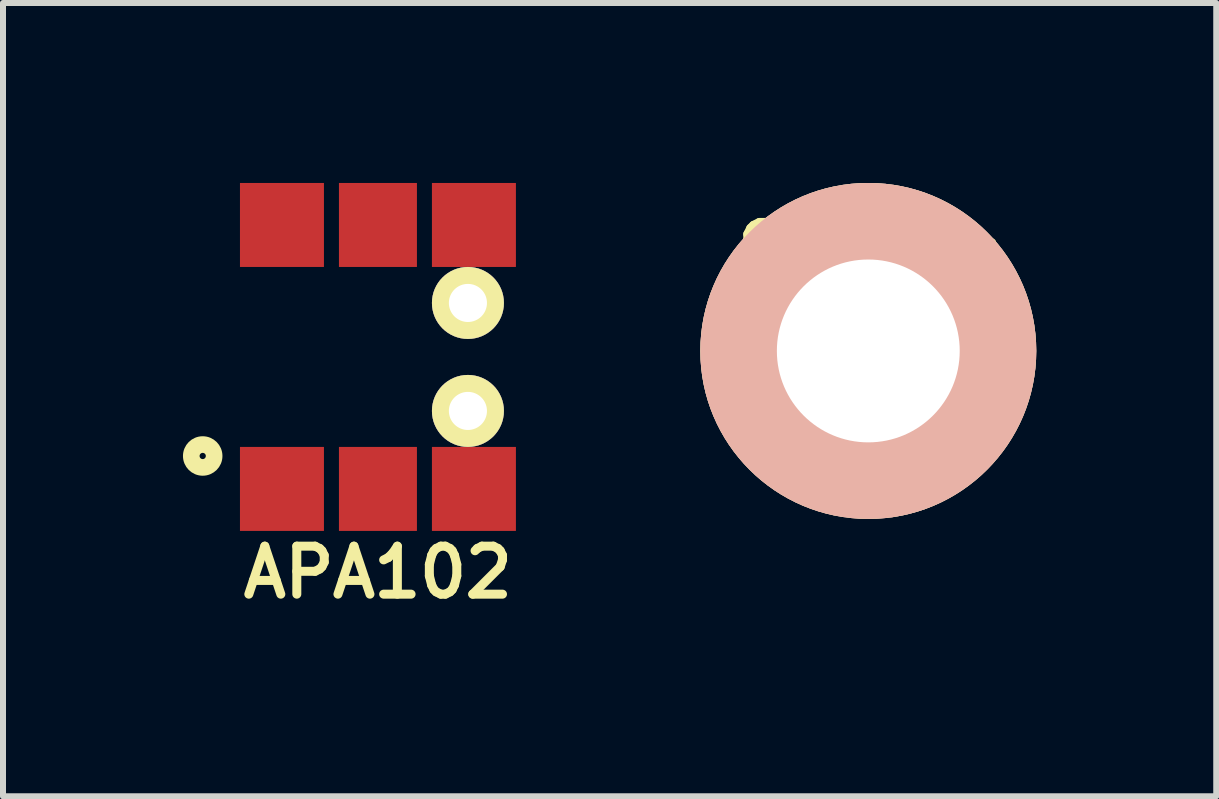
<source format=kicad_pcb>
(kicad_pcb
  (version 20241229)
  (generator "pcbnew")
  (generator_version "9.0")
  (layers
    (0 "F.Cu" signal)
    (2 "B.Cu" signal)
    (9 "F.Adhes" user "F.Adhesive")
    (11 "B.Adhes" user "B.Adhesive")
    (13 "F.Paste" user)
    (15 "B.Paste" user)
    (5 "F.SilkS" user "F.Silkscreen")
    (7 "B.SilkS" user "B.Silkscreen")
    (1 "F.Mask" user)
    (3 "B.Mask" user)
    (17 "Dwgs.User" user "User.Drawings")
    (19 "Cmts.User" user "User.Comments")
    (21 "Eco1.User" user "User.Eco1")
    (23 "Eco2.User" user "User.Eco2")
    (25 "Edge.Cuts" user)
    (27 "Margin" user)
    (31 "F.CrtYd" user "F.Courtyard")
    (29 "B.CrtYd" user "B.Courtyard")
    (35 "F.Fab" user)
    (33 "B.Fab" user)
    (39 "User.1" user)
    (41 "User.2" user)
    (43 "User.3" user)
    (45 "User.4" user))
  (footprint "APA102"
    (layer "F.Cu")
    (at 3.25 2.9)
    (property "Reference" "APA102" (at 0 3.592 180) (layer "F.SilkS") (effects (font (size 0.8 0.8) (thickness 0.15))))
    (attr smd)
    (fp_circle (center -2.921 1.651) (end -2.794 1.651) (stroke (width 0.15) (type solid)) (fill no) (layer "F.SilkS"))
    (fp_circle (center -2.921 1.651) (end -2.667 1.651) (stroke (width 0.15) (type solid)) (fill no) (layer "F.SilkS"))
    (pad "1" smd rect (at -1.6 2.2 90) (size 1.4 1.4) (layers "F.Cu" "F.Mask" "F.Paste"))
    (pad "2" smd rect (at 0 2.2 90) (size 1.4 1.3) (layers "F.Cu" "F.Mask" "F.Paste"))
    (pad "3" thru_hole circle (at 1.5 0.9) (size 1.2 1.2) (drill 0.635) (layers "*.Cu" "*.Mask" "F.SilkS"))
    (pad "3" smd rect (at 1.6 2.2 90) (size 1.4 1.4) (layers "F.Cu" "F.Mask" "F.Paste"))
    (pad "4" thru_hole circle (at 1.5 -0.9) (size 1.2 1.2) (drill 0.635) (layers "*.Cu" "*.Mask" "F.SilkS"))
    (pad "4" smd rect (at 1.6 -2.2 90) (size 1.4 1.4) (layers "F.Cu" "F.Mask" "F.Paste"))
    (pad "5" smd rect (at 0 -2.2 90) (size 1.4 1.3) (layers "F.Cu" "F.Mask" "F.Paste"))
    (pad "6" smd rect (at -1.6 -2.2 90) (size 1.4 1.4) (layers "F.Cu" "F.Mask" "F.Paste")))
  (footprint "Screw"
    (layer "F.Cu")
    (at 11.424 2.8)
    (property "Reference" "Screw" (at 0 -1.587 0) (layer "F.SilkS") (effects (font (size 1.016 1.016) (thickness 0.152))))
    (attr through_hole)
    (pad "1" thru_hole circle (at 0 0) (size 5.6 5.6) (drill 3.048) (layers "*.Cu" "*.SilkS" "*.Mask")))
  (gr_rect
    (start -3 -3)
    (end 17.224 10.223)
    (stroke (width 0.1) (type default))
    (fill no)
    (layer "Edge.Cuts")))
</source>
